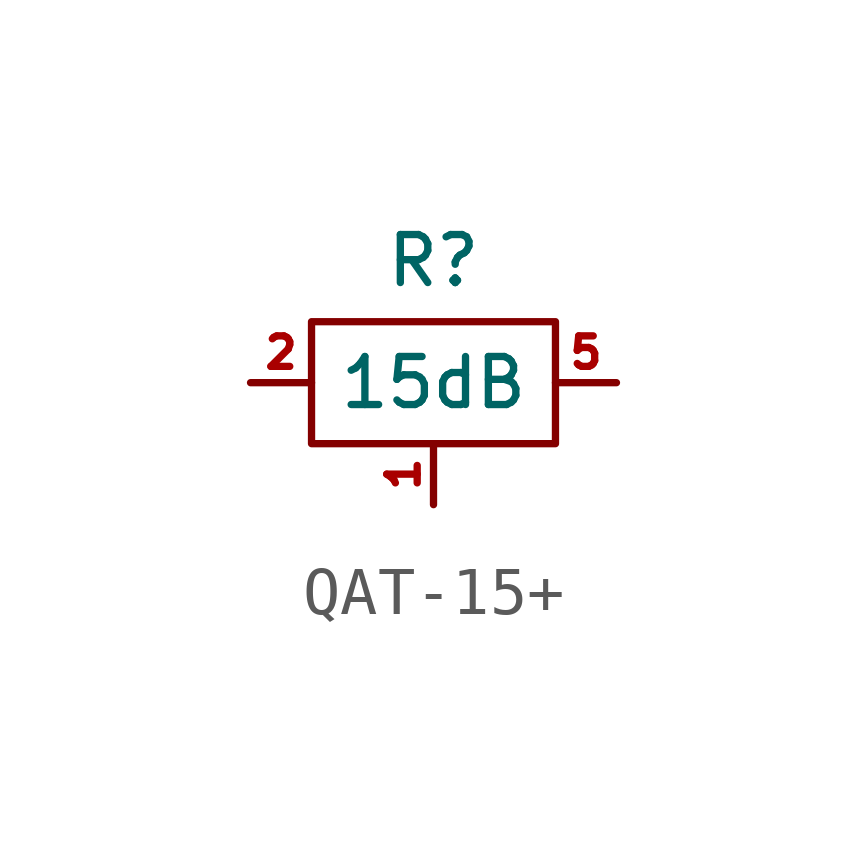
<source format=kicad_sym>
(kicad_symbol_lib
  (version 20241209)
  (generator "kicad_symbol_editor")
  (generator_version "9.0")
  (symbol "QAT-15+"
    (pin_names
      (hide yes))
    (property "Reference" "R"
      (at 0 2.54 0)
      (effects (font (size 1 1))))
    (property "Value" "15dB"
      (at 0 0 0)
      (effects (font (size 1 1))))
    (symbol "QAT-15+_0_1"
      (rectangle (start -2.54 1.27) (end 2.54 -1.27) (stroke (width 0) (type default)) (fill (type none))))
    (symbol "QAT-15+_1_1"
      (pin passive line (at -3.81 0 0) (length 1.27) (name "2" (effects (font (size 0.635 0.635)))) (number "2" (effects (font (size 0.635 0.635)))))
      (pin passive line (at 0 -2.54 90) (length 1.27) (name "1" (effects (font (size 0.635 0.635)))) (number "1" (effects (font (size 0.635 0.635)))))
      (pin passive line (at 0 -2.54 90) (length 1.27) (hide yes) (name "3" (effects (font (size 0.635 0.635)))) (number "3" (effects (font (size 0.635 0.635)))))
      (pin passive line (at 0 -2.54 90) (length 1.27) (hide yes) (name "4" (effects (font (size 0.635 0.635)))) (number "4" (effects (font (size 0.635 0.635)))))
      (pin passive line (at 0 -2.54 90) (length 1.27) (hide yes) (name "6" (effects (font (size 0.635 0.635)))) (number "6" (effects (font (size 0.635 0.635)))))
      (pin passive line (at 0 -2.54 90) (length 1.27) (hide yes) (name "7" (effects (font (size 0.635 0.635)))) (number "7" (effects (font (size 0.635 0.635)))))
      (pin passive line (at 3.81 0 180) (length 1.27) (name "5" (effects (font (size 0.635 0.635)))) (number "5" (effects (font (size 0.635 0.635))))))))
</source>
